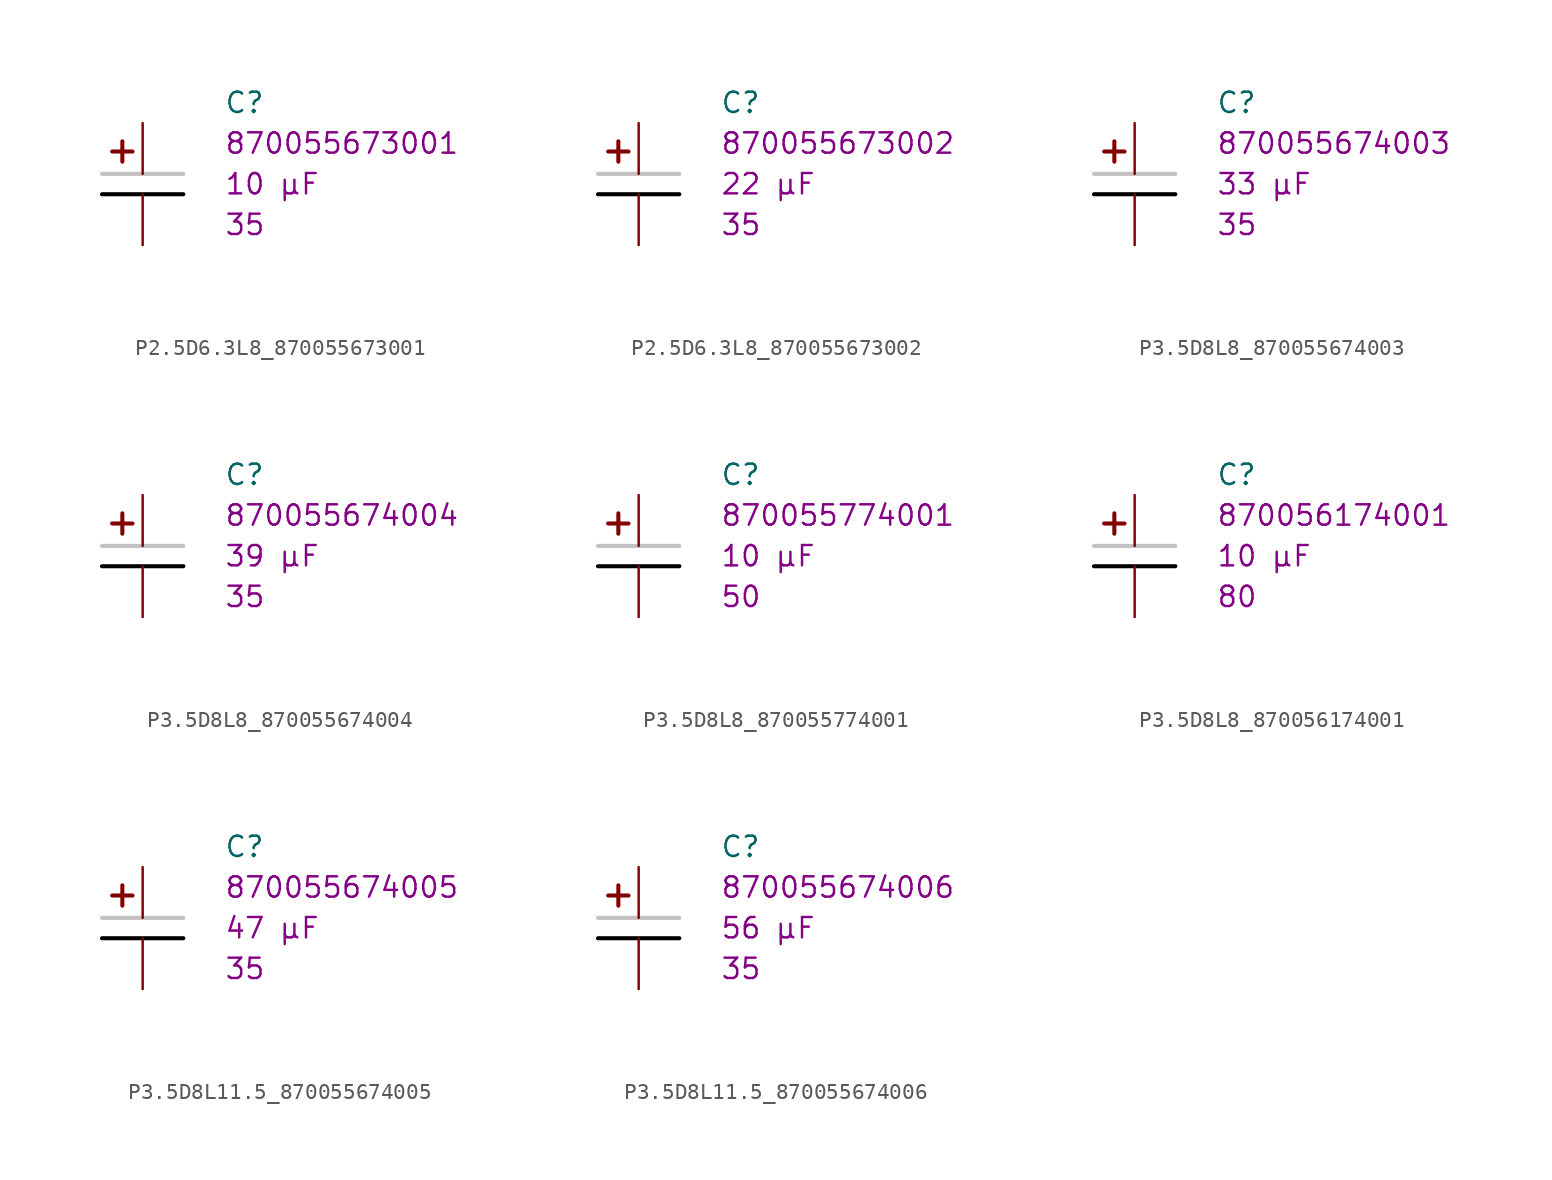
<source format=kicad_sym>
(kicad_symbol_lib
  (version 20220914)
  (generator kicad_symbol_editor)
  (symbol "P2.5D6.3L8_870055673001"
    (pin_numbers hide)
    (pin_names hide)
    (property "Reference" "C"
      (at 5.08 5.08 0)
      (effects (font (size 1.27 1.27)) (justify left)))
    (property "Part Number" "870055673001"
      (at 5.08 2.54 0)
      (effects (font (size 1.27 1.27)) (justify left)))
    (property "Capacitance" "10 µF"
      (at 5.08 0 0)
      (effects (font (size 1.27 1.27)) (justify left)))
    (property "Voltage" "35"
      (at 5.08 -2.54 0)
      (effects (font (size 1.27 1.27)) (justify left)))
    (property "Critical Parameter" ""
      (at 0 -7.62 0)
      (effects (font (size 1.27 1.27))))
    (symbol "P2.5D6.3L8_870055673001_1_1"
      (polyline (pts (xy -1.27 2.667) (xy -1.27 1.397)) (stroke (width 0.254) (type default)) (fill (type none)))
      (polyline (pts (xy -0.635 2.032) (xy -1.905 2.032)) (stroke (width 0.254) (type default)) (fill (type none)))
      (polyline (pts (xy 2.54 -0.635) (xy -2.54 -0.635)) (stroke (width 0.254) (type default) (color 0 0 0 1)) (fill (type none)))
      (polyline (pts (xy 2.54 0.635) (xy -2.54 0.635)) (stroke (width 0.254) (type default) (color 194 194 194 1)) (fill (type none)))
      (pin passive line (at 0 3.81 270) (length 3.175) (name "1" (effects (font (size 1.27 1.27)))) (number "1" (effects (font (size 1.27 1.27)))))
      (pin passive line (at 0 -3.81 90) (length 3.175) (name "2" (effects (font (size 1.27 1.27)))) (number "2" (effects (font (size 1.27 1.27)))))))
  (symbol "P2.5D6.3L8_870055673002"
    (pin_numbers hide)
    (pin_names hide)
    (property "Reference" "C"
      (at 5.08 5.08 0)
      (effects (font (size 1.27 1.27)) (justify left)))
    (property "Part Number" "870055673002"
      (at 5.08 2.54 0)
      (effects (font (size 1.27 1.27)) (justify left)))
    (property "Capacitance" "22 µF"
      (at 5.08 0 0)
      (effects (font (size 1.27 1.27)) (justify left)))
    (property "Voltage" "35"
      (at 5.08 -2.54 0)
      (effects (font (size 1.27 1.27)) (justify left)))
    (property "Critical Parameter" ""
      (at 0 -7.62 0)
      (effects (font (size 1.27 1.27))))
    (symbol "P2.5D6.3L8_870055673002_1_1"
      (polyline (pts (xy -1.27 2.667) (xy -1.27 1.397)) (stroke (width 0.254) (type default)) (fill (type none)))
      (polyline (pts (xy -0.635 2.032) (xy -1.905 2.032)) (stroke (width 0.254) (type default)) (fill (type none)))
      (polyline (pts (xy 2.54 -0.635) (xy -2.54 -0.635)) (stroke (width 0.254) (type default) (color 0 0 0 1)) (fill (type none)))
      (polyline (pts (xy 2.54 0.635) (xy -2.54 0.635)) (stroke (width 0.254) (type default) (color 194 194 194 1)) (fill (type none)))
      (pin passive line (at 0 3.81 270) (length 3.175) (name "1" (effects (font (size 1.27 1.27)))) (number "1" (effects (font (size 1.27 1.27)))))
      (pin passive line (at 0 -3.81 90) (length 3.175) (name "2" (effects (font (size 1.27 1.27)))) (number "2" (effects (font (size 1.27 1.27)))))))
  (symbol "P3.5D8L8_870055674003"
    (pin_numbers hide)
    (pin_names hide)
    (property "Reference" "C"
      (at 5.08 5.08 0)
      (effects (font (size 1.27 1.27)) (justify left)))
    (property "Part Number" "870055674003"
      (at 5.08 2.54 0)
      (effects (font (size 1.27 1.27)) (justify left)))
    (property "Capacitance" "33 µF"
      (at 5.08 0 0)
      (effects (font (size 1.27 1.27)) (justify left)))
    (property "Voltage" "35"
      (at 5.08 -2.54 0)
      (effects (font (size 1.27 1.27)) (justify left)))
    (property "Critical Parameter" ""
      (at 0 -7.62 0)
      (effects (font (size 1.27 1.27))))
    (symbol "P3.5D8L8_870055674003_1_1"
      (polyline (pts (xy -1.27 2.667) (xy -1.27 1.397)) (stroke (width 0.254) (type default)) (fill (type none)))
      (polyline (pts (xy -0.635 2.032) (xy -1.905 2.032)) (stroke (width 0.254) (type default)) (fill (type none)))
      (polyline (pts (xy 2.54 -0.635) (xy -2.54 -0.635)) (stroke (width 0.254) (type default) (color 0 0 0 1)) (fill (type none)))
      (polyline (pts (xy 2.54 0.635) (xy -2.54 0.635)) (stroke (width 0.254) (type default) (color 194 194 194 1)) (fill (type none)))
      (pin passive line (at 0 3.81 270) (length 3.175) (name "1" (effects (font (size 1.27 1.27)))) (number "1" (effects (font (size 1.27 1.27)))))
      (pin passive line (at 0 -3.81 90) (length 3.175) (name "2" (effects (font (size 1.27 1.27)))) (number "2" (effects (font (size 1.27 1.27)))))))
  (symbol "P3.5D8L8_870055674004"
    (pin_numbers hide)
    (pin_names hide)
    (property "Reference" "C"
      (at 5.08 5.08 0)
      (effects (font (size 1.27 1.27)) (justify left)))
    (property "Part Number" "870055674004"
      (at 5.08 2.54 0)
      (effects (font (size 1.27 1.27)) (justify left)))
    (property "Capacitance" "39 µF"
      (at 5.08 0 0)
      (effects (font (size 1.27 1.27)) (justify left)))
    (property "Voltage" "35"
      (at 5.08 -2.54 0)
      (effects (font (size 1.27 1.27)) (justify left)))
    (property "Critical Parameter" ""
      (at 0 -7.62 0)
      (effects (font (size 1.27 1.27))))
    (symbol "P3.5D8L8_870055674004_1_1"
      (polyline (pts (xy -1.27 2.667) (xy -1.27 1.397)) (stroke (width 0.254) (type default)) (fill (type none)))
      (polyline (pts (xy -0.635 2.032) (xy -1.905 2.032)) (stroke (width 0.254) (type default)) (fill (type none)))
      (polyline (pts (xy 2.54 -0.635) (xy -2.54 -0.635)) (stroke (width 0.254) (type default) (color 0 0 0 1)) (fill (type none)))
      (polyline (pts (xy 2.54 0.635) (xy -2.54 0.635)) (stroke (width 0.254) (type default) (color 194 194 194 1)) (fill (type none)))
      (pin passive line (at 0 3.81 270) (length 3.175) (name "1" (effects (font (size 1.27 1.27)))) (number "1" (effects (font (size 1.27 1.27)))))
      (pin passive line (at 0 -3.81 90) (length 3.175) (name "2" (effects (font (size 1.27 1.27)))) (number "2" (effects (font (size 1.27 1.27)))))))
  (symbol "P3.5D8L8_870055774001"
    (pin_numbers hide)
    (pin_names hide)
    (property "Reference" "C"
      (at 5.08 5.08 0)
      (effects (font (size 1.27 1.27)) (justify left)))
    (property "Part Number" "870055774001"
      (at 5.08 2.54 0)
      (effects (font (size 1.27 1.27)) (justify left)))
    (property "Capacitance" "10 µF"
      (at 5.08 0 0)
      (effects (font (size 1.27 1.27)) (justify left)))
    (property "Voltage" "50"
      (at 5.08 -2.54 0)
      (effects (font (size 1.27 1.27)) (justify left)))
    (property "Critical Parameter" ""
      (at 0 -7.62 0)
      (effects (font (size 1.27 1.27))))
    (symbol "P3.5D8L8_870055774001_1_1"
      (polyline (pts (xy -1.27 2.667) (xy -1.27 1.397)) (stroke (width 0.254) (type default)) (fill (type none)))
      (polyline (pts (xy -0.635 2.032) (xy -1.905 2.032)) (stroke (width 0.254) (type default)) (fill (type none)))
      (polyline (pts (xy 2.54 -0.635) (xy -2.54 -0.635)) (stroke (width 0.254) (type default) (color 0 0 0 1)) (fill (type none)))
      (polyline (pts (xy 2.54 0.635) (xy -2.54 0.635)) (stroke (width 0.254) (type default) (color 194 194 194 1)) (fill (type none)))
      (pin passive line (at 0 3.81 270) (length 3.175) (name "1" (effects (font (size 1.27 1.27)))) (number "1" (effects (font (size 1.27 1.27)))))
      (pin passive line (at 0 -3.81 90) (length 3.175) (name "2" (effects (font (size 1.27 1.27)))) (number "2" (effects (font (size 1.27 1.27)))))))
  (symbol "P3.5D8L8_870056174001"
    (pin_numbers hide)
    (pin_names hide)
    (property "Reference" "C"
      (at 5.08 5.08 0)
      (effects (font (size 1.27 1.27)) (justify left)))
    (property "Part Number" "870056174001"
      (at 5.08 2.54 0)
      (effects (font (size 1.27 1.27)) (justify left)))
    (property "Capacitance" "10 µF"
      (at 5.08 0 0)
      (effects (font (size 1.27 1.27)) (justify left)))
    (property "Voltage" "80"
      (at 5.08 -2.54 0)
      (effects (font (size 1.27 1.27)) (justify left)))
    (property "Critical Parameter" ""
      (at 0 -7.62 0)
      (effects (font (size 1.27 1.27))))
    (symbol "P3.5D8L8_870056174001_1_1"
      (polyline (pts (xy -1.27 2.667) (xy -1.27 1.397)) (stroke (width 0.254) (type default)) (fill (type none)))
      (polyline (pts (xy -0.635 2.032) (xy -1.905 2.032)) (stroke (width 0.254) (type default)) (fill (type none)))
      (polyline (pts (xy 2.54 -0.635) (xy -2.54 -0.635)) (stroke (width 0.254) (type default) (color 0 0 0 1)) (fill (type none)))
      (polyline (pts (xy 2.54 0.635) (xy -2.54 0.635)) (stroke (width 0.254) (type default) (color 194 194 194 1)) (fill (type none)))
      (pin passive line (at 0 3.81 270) (length 3.175) (name "1" (effects (font (size 1.27 1.27)))) (number "1" (effects (font (size 1.27 1.27)))))
      (pin passive line (at 0 -3.81 90) (length 3.175) (name "2" (effects (font (size 1.27 1.27)))) (number "2" (effects (font (size 1.27 1.27)))))))
  (symbol "P3.5D8L11.5_870055674005"
    (pin_numbers hide)
    (pin_names hide)
    (property "Reference" "C"
      (at 5.08 5.08 0)
      (effects (font (size 1.27 1.27)) (justify left)))
    (property "Part Number" "870055674005"
      (at 5.08 2.54 0)
      (effects (font (size 1.27 1.27)) (justify left)))
    (property "Capacitance" "47 µF"
      (at 5.08 0 0)
      (effects (font (size 1.27 1.27)) (justify left)))
    (property "Voltage" "35"
      (at 5.08 -2.54 0)
      (effects (font (size 1.27 1.27)) (justify left)))
    (property "Critical Parameter" ""
      (at 0 -7.62 0)
      (effects (font (size 1.27 1.27))))
    (symbol "P3.5D8L11.5_870055674005_1_1"
      (polyline (pts (xy -1.27 2.667) (xy -1.27 1.397)) (stroke (width 0.254) (type default)) (fill (type none)))
      (polyline (pts (xy -0.635 2.032) (xy -1.905 2.032)) (stroke (width 0.254) (type default)) (fill (type none)))
      (polyline (pts (xy 2.54 -0.635) (xy -2.54 -0.635)) (stroke (width 0.254) (type default) (color 0 0 0 1)) (fill (type none)))
      (polyline (pts (xy 2.54 0.635) (xy -2.54 0.635)) (stroke (width 0.254) (type default) (color 194 194 194 1)) (fill (type none)))
      (pin passive line (at 0 3.81 270) (length 3.175) (name "1" (effects (font (size 1.27 1.27)))) (number "1" (effects (font (size 1.27 1.27)))))
      (pin passive line (at 0 -3.81 90) (length 3.175) (name "2" (effects (font (size 1.27 1.27)))) (number "2" (effects (font (size 1.27 1.27)))))))
  (symbol "P3.5D8L11.5_870055674006"
    (pin_numbers hide)
    (pin_names hide)
    (property "Reference" "C"
      (at 5.08 5.08 0)
      (effects (font (size 1.27 1.27)) (justify left)))
    (property "Part Number" "870055674006"
      (at 5.08 2.54 0)
      (effects (font (size 1.27 1.27)) (justify left)))
    (property "Capacitance" "56 µF"
      (at 5.08 0 0)
      (effects (font (size 1.27 1.27)) (justify left)))
    (property "Voltage" "35"
      (at 5.08 -2.54 0)
      (effects (font (size 1.27 1.27)) (justify left)))
    (property "Critical Parameter" ""
      (at 0 -7.62 0)
      (effects (font (size 1.27 1.27))))
    (symbol "P3.5D8L11.5_870055674006_1_1"
      (polyline (pts (xy -1.27 2.667) (xy -1.27 1.397)) (stroke (width 0.254) (type default)) (fill (type none)))
      (polyline (pts (xy -0.635 2.032) (xy -1.905 2.032)) (stroke (width 0.254) (type default)) (fill (type none)))
      (polyline (pts (xy 2.54 -0.635) (xy -2.54 -0.635)) (stroke (width 0.254) (type default) (color 0 0 0 1)) (fill (type none)))
      (polyline (pts (xy 2.54 0.635) (xy -2.54 0.635)) (stroke (width 0.254) (type default) (color 194 194 194 1)) (fill (type none)))
      (pin passive line (at 0 3.81 270) (length 3.175) (name "1" (effects (font (size 1.27 1.27)))) (number "1" (effects (font (size 1.27 1.27)))))
      (pin passive line (at 0 -3.81 90) (length 3.175) (name "2" (effects (font (size 1.27 1.27)))) (number "2" (effects (font (size 1.27 1.27))))))))
</source>
